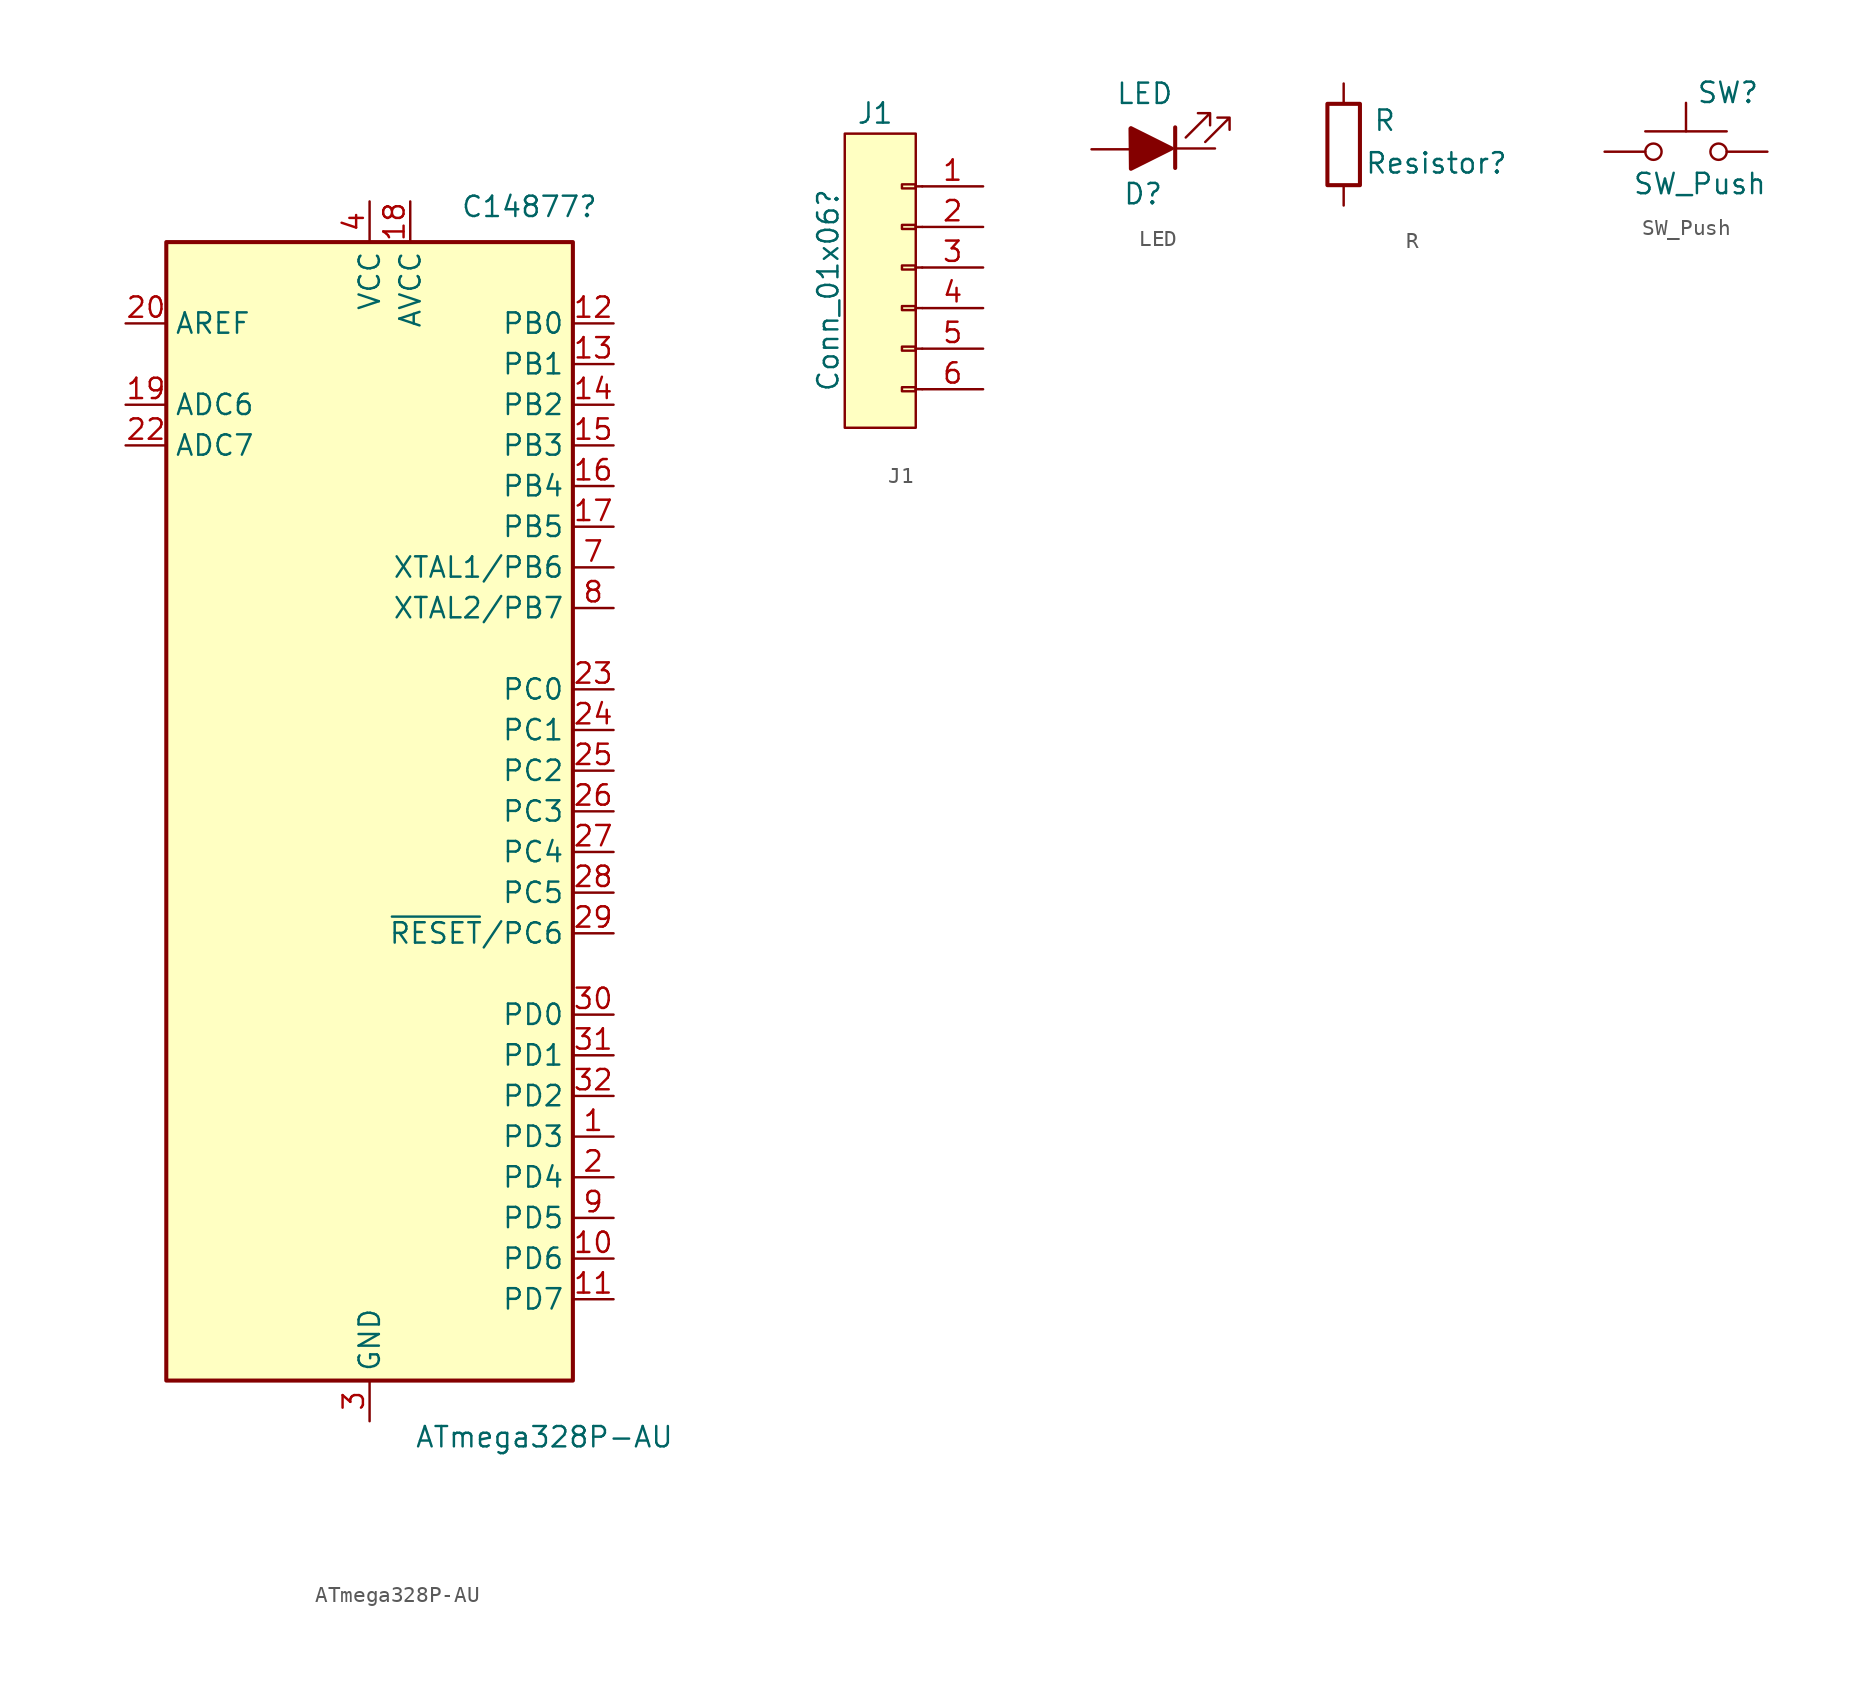
<source format=kicad_sym>
(kicad_symbol_lib
  (version 20211014)
  (generator kicad_symbol_editor)
  (symbol "ATmega328P-AU"
    (property "Reference" "C14877"
      (at 8.534 33.477 0)
      (effects (font (size 1.27 1.27))))
    (property "Value" "ATmega328P-AU"
      (at 9.474 -43.383 0)
      (effects (font (size 1.27 1.27))))
    (symbol "ATmega328P-AU_0_1"
      (rectangle (start -14.148 -39.853) (end 11.252 31.267) (stroke (width 0.254) (type default) (color 0 0 0 0)) (fill (type background))))
    (symbol "ATmega328P-AU_1_1"
      (pin bidirectional line (at 13.792 -24.613 180) (length 2.54) (name "PD3" (effects (font (size 1.27 1.27)))) (number "1" (effects (font (size 1.27 1.27)))))
      (pin bidirectional line (at 13.792 -32.233 180) (length 2.54) (name "PD6" (effects (font (size 1.27 1.27)))) (number "10" (effects (font (size 1.27 1.27)))))
      (pin bidirectional line (at 13.792 -34.773 180) (length 2.54) (name "PD7" (effects (font (size 1.27 1.27)))) (number "11" (effects (font (size 1.27 1.27)))))
      (pin bidirectional line (at 13.792 26.187 180) (length 2.54) (name "PB0" (effects (font (size 1.27 1.27)))) (number "12" (effects (font (size 1.27 1.27)))))
      (pin bidirectional line (at 13.792 23.647 180) (length 2.54) (name "PB1" (effects (font (size 1.27 1.27)))) (number "13" (effects (font (size 1.27 1.27)))))
      (pin bidirectional line (at 13.792 21.107 180) (length 2.54) (name "PB2" (effects (font (size 1.27 1.27)))) (number "14" (effects (font (size 1.27 1.27)))))
      (pin bidirectional line (at 13.792 18.567 180) (length 2.54) (name "PB3" (effects (font (size 1.27 1.27)))) (number "15" (effects (font (size 1.27 1.27)))))
      (pin bidirectional line (at 13.792 16.027 180) (length 2.54) (name "PB4" (effects (font (size 1.27 1.27)))) (number "16" (effects (font (size 1.27 1.27)))))
      (pin bidirectional line (at 13.792 13.487 180) (length 2.54) (name "PB5" (effects (font (size 1.27 1.27)))) (number "17" (effects (font (size 1.27 1.27)))))
      (pin power_in line (at 1.092 33.807 270) (length 2.54) (name "AVCC" (effects (font (size 1.27 1.27)))) (number "18" (effects (font (size 1.27 1.27)))))
      (pin input line (at -16.688 21.107 0) (length 2.54) (name "ADC6" (effects (font (size 1.27 1.27)))) (number "19" (effects (font (size 1.27 1.27)))))
      (pin bidirectional line (at 13.792 -27.153 180) (length 2.54) (name "PD4" (effects (font (size 1.27 1.27)))) (number "2" (effects (font (size 1.27 1.27)))))
      (pin passive line (at -16.688 26.187 0) (length 2.54) (name "AREF" (effects (font (size 1.27 1.27)))) (number "20" (effects (font (size 1.27 1.27)))))
      (pin passive line (at -1.448 -42.393 90) (length 2.54) hide (name "GND" (effects (font (size 1.27 1.27)))) (number "21" (effects (font (size 1.27 1.27)))))
      (pin input line (at -16.688 18.567 0) (length 2.54) (name "ADC7" (effects (font (size 1.27 1.27)))) (number "22" (effects (font (size 1.27 1.27)))))
      (pin bidirectional line (at 13.792 3.327 180) (length 2.54) (name "PC0" (effects (font (size 1.27 1.27)))) (number "23" (effects (font (size 1.27 1.27)))))
      (pin bidirectional line (at 13.792 0.787 180) (length 2.54) (name "PC1" (effects (font (size 1.27 1.27)))) (number "24" (effects (font (size 1.27 1.27)))))
      (pin bidirectional line (at 13.792 -1.753 180) (length 2.54) (name "PC2" (effects (font (size 1.27 1.27)))) (number "25" (effects (font (size 1.27 1.27)))))
      (pin bidirectional line (at 13.792 -4.293 180) (length 2.54) (name "PC3" (effects (font (size 1.27 1.27)))) (number "26" (effects (font (size 1.27 1.27)))))
      (pin bidirectional line (at 13.792 -6.833 180) (length 2.54) (name "PC4" (effects (font (size 1.27 1.27)))) (number "27" (effects (font (size 1.27 1.27)))))
      (pin bidirectional line (at 13.792 -9.373 180) (length 2.54) (name "PC5" (effects (font (size 1.27 1.27)))) (number "28" (effects (font (size 1.27 1.27)))))
      (pin bidirectional line (at 13.792 -11.913 180) (length 2.54) (name "~{RESET}/PC6" (effects (font (size 1.27 1.27)))) (number "29" (effects (font (size 1.27 1.27)))))
      (pin power_in line (at -1.448 -42.393 90) (length 2.54) (name "GND" (effects (font (size 1.27 1.27)))) (number "3" (effects (font (size 1.27 1.27)))))
      (pin bidirectional line (at 13.792 -16.993 180) (length 2.54) (name "PD0" (effects (font (size 1.27 1.27)))) (number "30" (effects (font (size 1.27 1.27)))))
      (pin bidirectional line (at 13.792 -19.533 180) (length 2.54) (name "PD1" (effects (font (size 1.27 1.27)))) (number "31" (effects (font (size 1.27 1.27)))))
      (pin bidirectional line (at 13.792 -22.073 180) (length 2.54) (name "PD2" (effects (font (size 1.27 1.27)))) (number "32" (effects (font (size 1.27 1.27)))))
      (pin power_in line (at -1.448 33.807 270) (length 2.54) (name "VCC" (effects (font (size 1.27 1.27)))) (number "4" (effects (font (size 1.27 1.27)))))
      (pin passive line (at -1.448 -42.393 90) (length 2.54) hide (name "GND" (effects (font (size 1.27 1.27)))) (number "5" (effects (font (size 1.27 1.27)))))
      (pin passive line (at -1.448 33.807 270) (length 2.54) hide (name "VCC" (effects (font (size 1.27 1.27)))) (number "6" (effects (font (size 1.27 1.27)))))
      (pin bidirectional line (at 13.792 10.947 180) (length 2.54) (name "XTAL1/PB6" (effects (font (size 1.27 1.27)))) (number "7" (effects (font (size 1.27 1.27)))))
      (pin bidirectional line (at 13.792 8.407 180) (length 2.54) (name "XTAL2/PB7" (effects (font (size 1.27 1.27)))) (number "8" (effects (font (size 1.27 1.27)))))
      (pin bidirectional line (at 13.792 -29.693 180) (length 2.54) (name "PD5" (effects (font (size 1.27 1.27)))) (number "9" (effects (font (size 1.27 1.27)))))))
  (symbol "J1"
    (property "Reference" "Conn_01x06"
      (at -2.946 -0.914 90)
      (effects (font (size 1.27 1.27))))
    (property "Value" "J1"
      (at 0 10.16 0)
      (effects (font (size 1.27 1.27))))
    (symbol "J1_0_1"
      (rectangle (start -1.905 8.89) (end 2.54 -9.525) (stroke (width 0) (type default) (color 0 0 0 0)) (fill (type background))))
    (symbol "J1_1_1"
      (polyline (pts (xy 2.946 -7.112) (xy 2.54 -7.112)) (stroke (width 0.152) (type default) (color 0 0 0 0)) (fill (type none)))
      (polyline (pts (xy 2.946 -4.572) (xy 2.54 -4.572)) (stroke (width 0.152) (type default) (color 0 0 0 0)) (fill (type none)))
      (polyline (pts (xy 2.946 -2.032) (xy 2.54 -2.032)) (stroke (width 0.152) (type default) (color 0 0 0 0)) (fill (type none)))
      (polyline (pts (xy 2.946 0.508) (xy 2.54 0.508)) (stroke (width 0.152) (type default) (color 0 0 0 0)) (fill (type none)))
      (polyline (pts (xy 2.946 3.048) (xy 2.54 3.048)) (stroke (width 0.152) (type default) (color 0 0 0 0)) (fill (type none)))
      (polyline (pts (xy 2.946 5.588) (xy 2.54 5.588)) (stroke (width 0.152) (type default) (color 0 0 0 0)) (fill (type none)))
      (rectangle (start 2.54 -6.985) (end 1.676 -7.239) (stroke (width 0.152) (type default) (color 0 0 0 0)) (fill (type none)))
      (rectangle (start 2.54 -4.445) (end 1.676 -4.699) (stroke (width 0.152) (type default) (color 0 0 0 0)) (fill (type none)))
      (rectangle (start 2.54 -1.905) (end 1.676 -2.159) (stroke (width 0.152) (type default) (color 0 0 0 0)) (fill (type none)))
      (rectangle (start 2.54 0.635) (end 1.676 0.381) (stroke (width 0.152) (type default) (color 0 0 0 0)) (fill (type none)))
      (rectangle (start 2.54 3.175) (end 1.676 2.921) (stroke (width 0.152) (type default) (color 0 0 0 0)) (fill (type none)))
      (rectangle (start 2.54 5.715) (end 1.676 5.461) (stroke (width 0.152) (type default) (color 0 0 0 0)) (fill (type none)))
      (pin passive line (at 6.756 5.588 180) (length 3.81) (name "" (effects (font (size 1.27 1.27)))) (number "1" (effects (font (size 1.27 1.27)))))
      (pin passive line (at 6.756 3.048 180) (length 3.81) (name "" (effects (font (size 1.27 1.27)))) (number "2" (effects (font (size 1.27 1.27)))))
      (pin passive line (at 6.756 0.508 180) (length 3.81) (name "" (effects (font (size 1.27 1.27)))) (number "3" (effects (font (size 1.27 1.27)))))
      (pin passive line (at 6.756 -2.032 180) (length 3.81) (name "" (effects (font (size 1.27 1.27)))) (number "4" (effects (font (size 1.27 1.27)))))
      (pin passive line (at 6.756 -4.572 180) (length 3.81) (name "" (effects (font (size 1.27 1.27)))) (number "5" (effects (font (size 1.27 1.27)))))
      (pin passive line (at 6.756 -7.112 180) (length 3.81) (name "" (effects (font (size 1.27 1.27)))) (number "6" (effects (font (size 1.27 1.27)))))))
  (symbol "LED"
    (property "Reference" "D"
      (at 0 -2.743 0)
      (effects (font (size 1.27 1.27))))
    (property "Value" "LED"
      (at 0.102 3.531 0)
      (effects (font (size 1.27 1.27))))
    (symbol "LED_0_1"
      (polyline (pts (xy 2.007 -1.118) (xy 2.007 1.422)) (stroke (width 0.254) (type default) (color 0 0 0 0)) (fill (type none)))
      (polyline (pts (xy -0.787 1.346) (xy -0.762 -1.168) (xy 1.778 0.102) (xy -0.762 1.372)) (stroke (width 0.254) (type default) (color 0 0 0 0)) (fill (type outline)))
      (polyline (pts (xy 2.667 0.787) (xy 4.191 2.311) (xy 3.429 2.311) (xy 4.191 2.311) (xy 4.191 1.549)) (stroke (width 0) (type default) (color 0 0 0 0)) (fill (type none)))
      (polyline (pts (xy 3.886 0.508) (xy 5.41 2.032) (xy 4.648 2.032) (xy 5.41 2.032) (xy 5.41 1.27)) (stroke (width 0) (type default) (color 0 0 0 0)) (fill (type none))))
    (symbol "LED_1_1"
      (pin passive line (at -3.226 0.051 0) (length 2.54) (name "" (effects (font (size 1.27 1.27)))) (number "" (effects (font (size 1.27 1.27)))))
      (pin passive line (at 4.496 0.102 180) (length 2.54) (name "" (effects (font (size 1.27 1.27)))) (number "" (effects (font (size 1.27 1.27)))))))
  (symbol "R"
    (property "Reference" "Resistor"
      (at 5.791 -1.448 0)
      (effects (font (size 1.27 1.27))))
    (property "Value" "R"
      (at 2.565 1.219 0)
      (effects (font (size 1.27 1.27))))
    (symbol "R_0_1"
      (rectangle (start -1.016 -2.819) (end 1.016 2.261) (stroke (width 0.254) (type default) (color 0 0 0 0)) (fill (type none))))
    (symbol "R_1_1"
      (pin passive line (at 0 -4.089 90) (length 1.27) (name "~" (effects (font (size 1.27 1.27)))) (number "" (effects (font (size 1.27 1.27)))))
      (pin passive line (at 0 3.531 270) (length 1.27) (name "~" (effects (font (size 1.27 1.27)))) (number "" (effects (font (size 1.27 1.27)))))))
  (symbol "SW_Push"
    (property "Reference" "SW"
      (at 2.565 3.658 0)
      (effects (font (size 1.27 1.27))))
    (property "Value" "SW_Push"
      (at 0.813 -2.032 0)
      (effects (font (size 1.27 1.27))))
    (symbol "SW_Push_0_1"
      (circle (center -2.083 -0.025) (radius 0.508) (stroke (width 0) (type default) (color 0 0 0 0)) (fill (type none)))
      (polyline (pts (xy -0.051 1.245) (xy -0.051 3.023)) (stroke (width 0) (type default) (color 0 0 0 0)) (fill (type none)))
      (polyline (pts (xy 2.489 1.245) (xy -2.591 1.245)) (stroke (width 0) (type default) (color 0 0 0 0)) (fill (type none)))
      (circle (center 1.981 -0.025) (radius 0.508) (stroke (width 0) (type default) (color 0 0 0 0)) (fill (type none)))
      (pin passive line (at -5.131 -0.025 0) (length 2.54) (name "" (effects (font (size 1.27 1.27)))) (number "" (effects (font (size 1.27 1.27)))))
      (pin passive line (at 5.029 -0.025 180) (length 2.54) (name "" (effects (font (size 1.27 1.27)))) (number "" (effects (font (size 1.27 1.27))))))))
</source>
